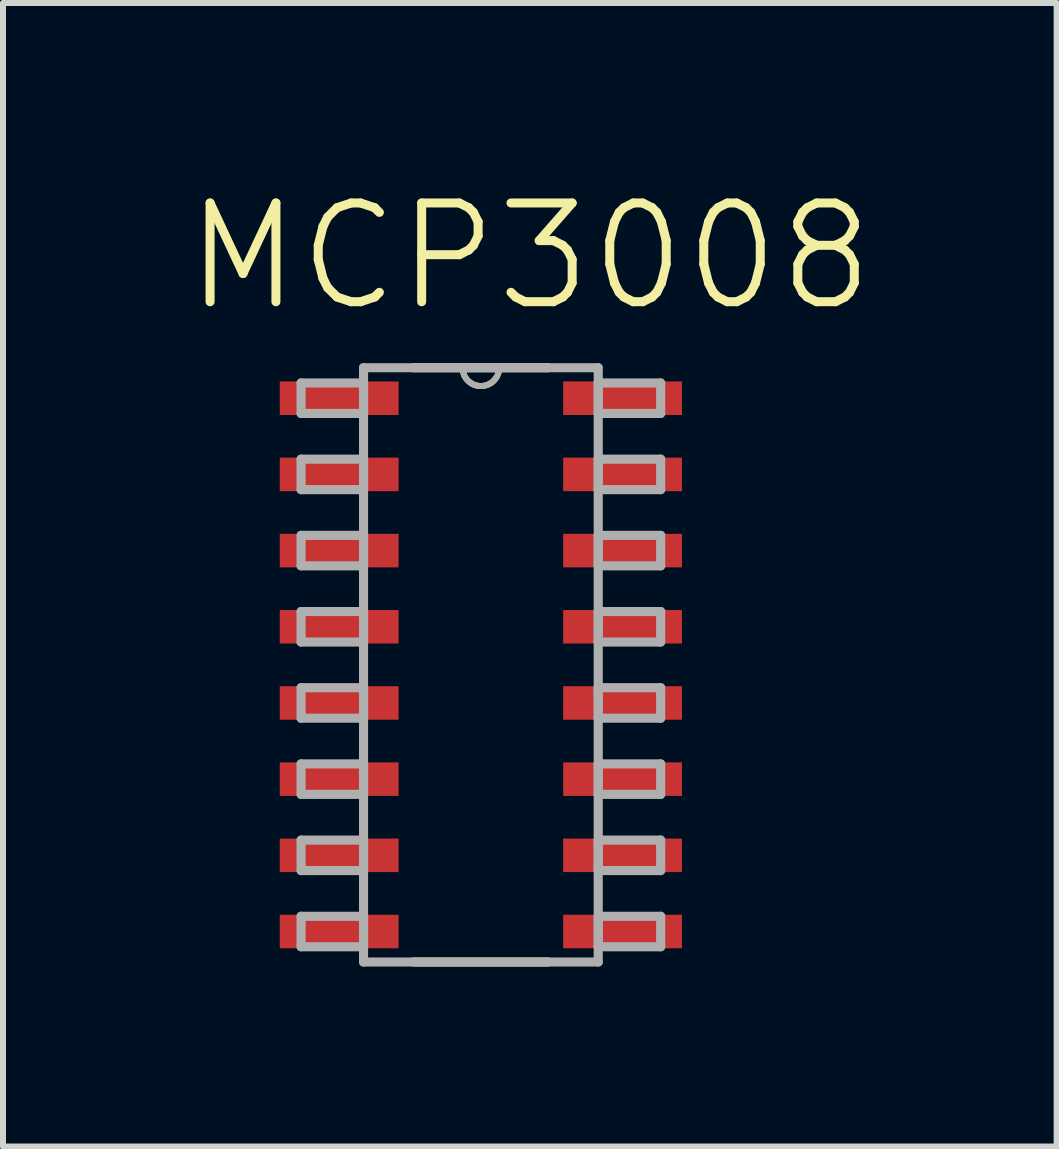
<source format=kicad_pcb>
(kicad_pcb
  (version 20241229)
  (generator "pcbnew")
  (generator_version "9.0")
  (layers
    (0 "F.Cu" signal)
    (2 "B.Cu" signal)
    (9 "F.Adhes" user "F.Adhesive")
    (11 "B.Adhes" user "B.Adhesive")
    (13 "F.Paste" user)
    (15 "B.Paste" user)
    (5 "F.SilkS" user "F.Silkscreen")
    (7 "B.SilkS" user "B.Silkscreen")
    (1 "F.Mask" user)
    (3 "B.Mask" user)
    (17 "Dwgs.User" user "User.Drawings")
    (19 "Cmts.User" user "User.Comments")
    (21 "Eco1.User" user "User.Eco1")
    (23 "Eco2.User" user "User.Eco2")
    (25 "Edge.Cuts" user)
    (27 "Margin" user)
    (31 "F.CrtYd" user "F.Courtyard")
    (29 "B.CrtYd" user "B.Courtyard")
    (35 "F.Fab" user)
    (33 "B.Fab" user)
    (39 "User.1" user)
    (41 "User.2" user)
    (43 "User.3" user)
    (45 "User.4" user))
  (footprint "MCP3008"
    (layer "F.Cu")
    (at 4.966 8.033)
    (property "Reference" "MCP3008" (at 0.816 -6.807 0) (layer "F.SilkS") (effects (font (size 1.646 1.646) (thickness 0.15))))
    (attr smd)
    (fp_line (start -1.118 4.953) (end 1.118 4.953) (stroke (width 0.152) (type solid)) (layer "F.SilkS"))
    (fp_line (start -0.305 -4.953) (end -1.118 -4.953) (stroke (width 0.152) (type solid)) (layer "F.SilkS"))
    (fp_line (start 0.305 -4.953) (end -0.305 -4.953) (stroke (width 0.152) (type solid)) (layer "F.SilkS"))
    (fp_line (start 1.118 -4.953) (end 0.305 -4.953) (stroke (width 0.152) (type solid)) (layer "F.SilkS"))
    (fp_arc (start 0.3048 -4.953) (mid 0 -4.6482) (end -0.3048 -4.953) (stroke (width 0.1) (type solid)) (layer "F.SilkS"))
    (fp_line (start -2.997 -4.699) (end -2.997 -4.191) (stroke (width 0.152) (type solid)) (layer "F.Fab"))
    (fp_line (start -2.997 -4.191) (end -1.956 -4.191) (stroke (width 0.152) (type solid)) (layer "F.Fab"))
    (fp_line (start -2.997 -3.429) (end -2.997 -2.921) (stroke (width 0.152) (type solid)) (layer "F.Fab"))
    (fp_line (start -2.997 -2.921) (end -1.956 -2.921) (stroke (width 0.152) (type solid)) (layer "F.Fab"))
    (fp_line (start -2.997 -2.159) (end -2.997 -1.651) (stroke (width 0.152) (type solid)) (layer "F.Fab"))
    (fp_line (start -2.997 -1.651) (end -1.956 -1.651) (stroke (width 0.152) (type solid)) (layer "F.Fab"))
    (fp_line (start -2.997 -0.889) (end -2.997 -0.381) (stroke (width 0.152) (type solid)) (layer "F.Fab"))
    (fp_line (start -2.997 -0.381) (end -1.956 -0.381) (stroke (width 0.152) (type solid)) (layer "F.Fab"))
    (fp_line (start -2.997 0.381) (end -2.997 0.889) (stroke (width 0.152) (type solid)) (layer "F.Fab"))
    (fp_line (start -2.997 0.889) (end -1.956 0.889) (stroke (width 0.152) (type solid)) (layer "F.Fab"))
    (fp_line (start -2.997 1.651) (end -2.997 2.159) (stroke (width 0.152) (type solid)) (layer "F.Fab"))
    (fp_line (start -2.997 2.159) (end -1.956 2.159) (stroke (width 0.152) (type solid)) (layer "F.Fab"))
    (fp_line (start -2.997 2.921) (end -2.997 3.429) (stroke (width 0.152) (type solid)) (layer "F.Fab"))
    (fp_line (start -2.997 3.429) (end -1.956 3.429) (stroke (width 0.152) (type solid)) (layer "F.Fab"))
    (fp_line (start -2.997 4.191) (end -2.997 4.699) (stroke (width 0.152) (type solid)) (layer "F.Fab"))
    (fp_line (start -2.997 4.699) (end -1.956 4.699) (stroke (width 0.152) (type solid)) (layer "F.Fab"))
    (fp_line (start -1.956 -4.953) (end -1.956 4.953) (stroke (width 0.152) (type solid)) (layer "F.Fab"))
    (fp_line (start -1.956 -4.699) (end -2.997 -4.699) (stroke (width 0.152) (type solid)) (layer "F.Fab"))
    (fp_line (start -1.956 -4.191) (end -1.956 -4.699) (stroke (width 0.152) (type solid)) (layer "F.Fab"))
    (fp_line (start -1.956 -3.429) (end -2.997 -3.429) (stroke (width 0.152) (type solid)) (layer "F.Fab"))
    (fp_line (start -1.956 -2.921) (end -1.956 -3.429) (stroke (width 0.152) (type solid)) (layer "F.Fab"))
    (fp_line (start -1.956 -2.159) (end -2.997 -2.159) (stroke (width 0.152) (type solid)) (layer "F.Fab"))
    (fp_line (start -1.956 -1.651) (end -1.956 -2.159) (stroke (width 0.152) (type solid)) (layer "F.Fab"))
    (fp_line (start -1.956 -0.889) (end -2.997 -0.889) (stroke (width 0.152) (type solid)) (layer "F.Fab"))
    (fp_line (start -1.956 -0.381) (end -1.956 -0.889) (stroke (width 0.152) (type solid)) (layer "F.Fab"))
    (fp_line (start -1.956 0.381) (end -2.997 0.381) (stroke (width 0.152) (type solid)) (layer "F.Fab"))
    (fp_line (start -1.956 0.889) (end -1.956 0.381) (stroke (width 0.152) (type solid)) (layer "F.Fab"))
    (fp_line (start -1.956 1.651) (end -2.997 1.651) (stroke (width 0.152) (type solid)) (layer "F.Fab"))
    (fp_line (start -1.956 2.159) (end -1.956 1.651) (stroke (width 0.152) (type solid)) (layer "F.Fab"))
    (fp_line (start -1.956 2.921) (end -2.997 2.921) (stroke (width 0.152) (type solid)) (layer "F.Fab"))
    (fp_line (start -1.956 3.429) (end -1.956 2.921) (stroke (width 0.152) (type solid)) (layer "F.Fab"))
    (fp_line (start -1.956 4.191) (end -2.997 4.191) (stroke (width 0.152) (type solid)) (layer "F.Fab"))
    (fp_line (start -1.956 4.699) (end -1.956 4.191) (stroke (width 0.152) (type solid)) (layer "F.Fab"))
    (fp_line (start -1.956 4.953) (end 1.956 4.953) (stroke (width 0.152) (type solid)) (layer "F.Fab"))
    (fp_line (start -0.305 -4.953) (end -1.956 -4.953) (stroke (width 0.152) (type solid)) (layer "F.Fab"))
    (fp_line (start 0.305 -4.953) (end -0.305 -4.953) (stroke (width 0.152) (type solid)) (layer "F.Fab"))
    (fp_line (start 1.956 -4.953) (end 0.305 -4.953) (stroke (width 0.152) (type solid)) (layer "F.Fab"))
    (fp_line (start 1.956 -4.699) (end 1.956 -4.191) (stroke (width 0.152) (type solid)) (layer "F.Fab"))
    (fp_line (start 1.956 -4.191) (end 2.997 -4.191) (stroke (width 0.152) (type solid)) (layer "F.Fab"))
    (fp_line (start 1.956 -3.429) (end 1.956 -2.921) (stroke (width 0.152) (type solid)) (layer "F.Fab"))
    (fp_line (start 1.956 -2.921) (end 2.997 -2.921) (stroke (width 0.152) (type solid)) (layer "F.Fab"))
    (fp_line (start 1.956 -2.159) (end 1.956 -1.651) (stroke (width 0.152) (type solid)) (layer "F.Fab"))
    (fp_line (start 1.956 -1.651) (end 2.997 -1.651) (stroke (width 0.152) (type solid)) (layer "F.Fab"))
    (fp_line (start 1.956 -0.889) (end 1.956 -0.381) (stroke (width 0.152) (type solid)) (layer "F.Fab"))
    (fp_line (start 1.956 -0.381) (end 2.997 -0.381) (stroke (width 0.152) (type solid)) (layer "F.Fab"))
    (fp_line (start 1.956 0.381) (end 1.956 0.889) (stroke (width 0.152) (type solid)) (layer "F.Fab"))
    (fp_line (start 1.956 0.889) (end 2.997 0.889) (stroke (width 0.152) (type solid)) (layer "F.Fab"))
    (fp_line (start 1.956 1.651) (end 1.956 2.159) (stroke (width 0.152) (type solid)) (layer "F.Fab"))
    (fp_line (start 1.956 2.159) (end 2.997 2.159) (stroke (width 0.152) (type solid)) (layer "F.Fab"))
    (fp_line (start 1.956 2.921) (end 1.956 3.429) (stroke (width 0.152) (type solid)) (layer "F.Fab"))
    (fp_line (start 1.956 3.429) (end 2.997 3.429) (stroke (width 0.152) (type solid)) (layer "F.Fab"))
    (fp_line (start 1.956 4.191) (end 1.956 4.699) (stroke (width 0.152) (type solid)) (layer "F.Fab"))
    (fp_line (start 1.956 4.699) (end 2.997 4.699) (stroke (width 0.152) (type solid)) (layer "F.Fab"))
    (fp_line (start 1.956 4.953) (end 1.956 -4.953) (stroke (width 0.152) (type solid)) (layer "F.Fab"))
    (fp_line (start 2.997 -4.699) (end 1.956 -4.699) (stroke (width 0.152) (type solid)) (layer "F.Fab"))
    (fp_line (start 2.997 -4.191) (end 2.997 -4.699) (stroke (width 0.152) (type solid)) (layer "F.Fab"))
    (fp_line (start 2.997 -3.429) (end 1.956 -3.429) (stroke (width 0.152) (type solid)) (layer "F.Fab"))
    (fp_line (start 2.997 -2.921) (end 2.997 -3.429) (stroke (width 0.152) (type solid)) (layer "F.Fab"))
    (fp_line (start 2.997 -2.159) (end 1.956 -2.159) (stroke (width 0.152) (type solid)) (layer "F.Fab"))
    (fp_line (start 2.997 -1.651) (end 2.997 -2.159) (stroke (width 0.152) (type solid)) (layer "F.Fab"))
    (fp_line (start 2.997 -0.889) (end 1.956 -0.889) (stroke (width 0.152) (type solid)) (layer "F.Fab"))
    (fp_line (start 2.997 -0.381) (end 2.997 -0.889) (stroke (width 0.152) (type solid)) (layer "F.Fab"))
    (fp_line (start 2.997 0.381) (end 1.956 0.381) (stroke (width 0.152) (type solid)) (layer "F.Fab"))
    (fp_line (start 2.997 0.889) (end 2.997 0.381) (stroke (width 0.152) (type solid)) (layer "F.Fab"))
    (fp_line (start 2.997 1.651) (end 1.956 1.651) (stroke (width 0.152) (type solid)) (layer "F.Fab"))
    (fp_line (start 2.997 2.159) (end 2.997 1.651) (stroke (width 0.152) (type solid)) (layer "F.Fab"))
    (fp_line (start 2.997 2.921) (end 1.956 2.921) (stroke (width 0.152) (type solid)) (layer "F.Fab"))
    (fp_line (start 2.997 3.429) (end 2.997 2.921) (stroke (width 0.152) (type solid)) (layer "F.Fab"))
    (fp_line (start 2.997 4.191) (end 1.956 4.191) (stroke (width 0.152) (type solid)) (layer "F.Fab"))
    (fp_line (start 2.997 4.699) (end 2.997 4.191) (stroke (width 0.152) (type solid)) (layer "F.Fab"))
    (fp_arc (start 0.3048 -4.953) (mid 0 -4.6482) (end -0.3048 -4.953) (stroke (width 0.1) (type solid)) (layer "F.Fab"))
    (pad "1" smd rect (at -2.362 -4.445) (size 1.981 0.559) (layers "F.Cu" "F.Mask" "F.Paste"))
    (pad "2" smd rect (at -2.362 -3.175) (size 1.981 0.559) (layers "F.Cu" "F.Mask" "F.Paste"))
    (pad "3" smd rect (at -2.362 -1.905) (size 1.981 0.559) (layers "F.Cu" "F.Mask" "F.Paste"))
    (pad "4" smd rect (at -2.362 -0.635) (size 1.981 0.559) (layers "F.Cu" "F.Mask" "F.Paste"))
    (pad "5" smd rect (at -2.362 0.635) (size 1.981 0.559) (layers "F.Cu" "F.Mask" "F.Paste"))
    (pad "6" smd rect (at -2.362 1.905) (size 1.981 0.559) (layers "F.Cu" "F.Mask" "F.Paste"))
    (pad "7" smd rect (at -2.362 3.175) (size 1.981 0.559) (layers "F.Cu" "F.Mask" "F.Paste"))
    (pad "8" smd rect (at -2.362 4.445) (size 1.981 0.559) (layers "F.Cu" "F.Mask" "F.Paste"))
    (pad "9" smd rect (at 2.362 4.445) (size 1.981 0.559) (layers "F.Cu" "F.Mask" "F.Paste"))
    (pad "10" smd rect (at 2.362 3.175) (size 1.981 0.559) (layers "F.Cu" "F.Mask" "F.Paste"))
    (pad "11" smd rect (at 2.362 1.905) (size 1.981 0.559) (layers "F.Cu" "F.Mask" "F.Paste"))
    (pad "12" smd rect (at 2.362 0.635) (size 1.981 0.559) (layers "F.Cu" "F.Mask" "F.Paste"))
    (pad "13" smd rect (at 2.362 -0.635) (size 1.981 0.559) (layers "F.Cu" "F.Mask" "F.Paste"))
    (pad "14" smd rect (at 2.362 -1.905) (size 1.981 0.559) (layers "F.Cu" "F.Mask" "F.Paste"))
    (pad "15" smd rect (at 2.362 -3.175) (size 1.981 0.559) (layers "F.Cu" "F.Mask" "F.Paste"))
    (pad "16" smd rect (at 2.362 -4.445) (size 1.981 0.559) (layers "F.Cu" "F.Mask" "F.Paste")))
  (gr_rect
    (start -3 -3)
    (end 14.564 16.062)
    (stroke (width 0.1) (type default))
    (fill no)
    (layer "Edge.Cuts")))
</source>
